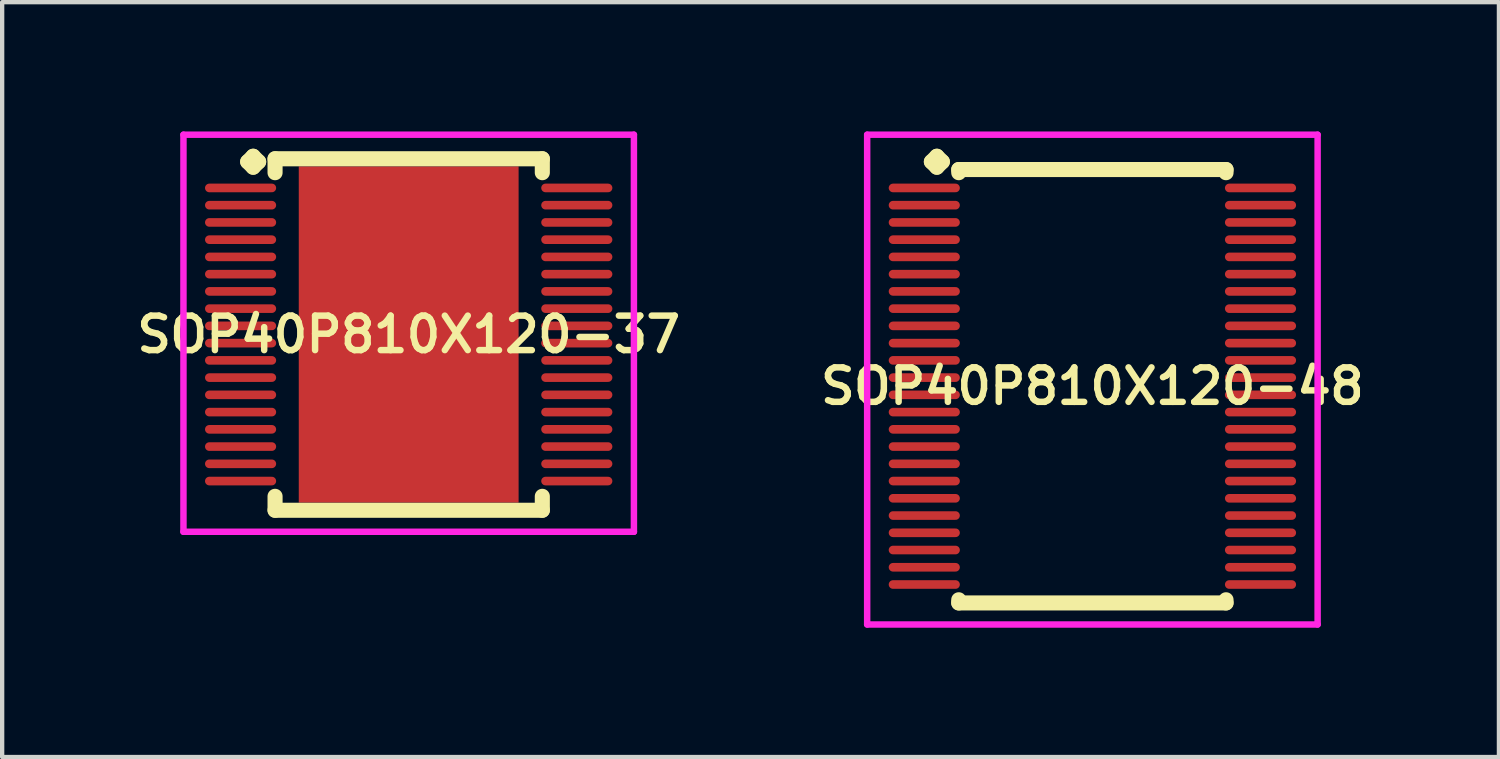
<source format=kicad_pcb>
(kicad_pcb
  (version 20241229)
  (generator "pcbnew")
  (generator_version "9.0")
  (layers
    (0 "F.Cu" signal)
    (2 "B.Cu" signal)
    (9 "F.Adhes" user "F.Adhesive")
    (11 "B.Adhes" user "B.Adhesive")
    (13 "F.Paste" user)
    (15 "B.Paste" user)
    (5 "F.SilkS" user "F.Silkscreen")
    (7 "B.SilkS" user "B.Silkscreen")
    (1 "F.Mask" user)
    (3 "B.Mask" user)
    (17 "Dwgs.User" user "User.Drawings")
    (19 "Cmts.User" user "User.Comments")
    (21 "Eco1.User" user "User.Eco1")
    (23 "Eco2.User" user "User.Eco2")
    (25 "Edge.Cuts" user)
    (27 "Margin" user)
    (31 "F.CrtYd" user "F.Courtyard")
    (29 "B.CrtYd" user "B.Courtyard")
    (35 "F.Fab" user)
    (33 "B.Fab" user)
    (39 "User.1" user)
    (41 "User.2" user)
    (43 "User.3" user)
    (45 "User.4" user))
  (footprint "SOP40P810X120-37"
    (layer "F.Cu")
    (at 6.431 4.71)
    (property "Reference" "SOP40P810X120-37" (at 0 0 0) (layer "F.SilkS") (effects (font (size 0.8 0.8) (thickness 0.15))))
    (attr smd)
    (fp_line (start -3.735 -4.008) (end -3.608 -4.135) (stroke (width 0.35) (type solid)) (layer "F.SilkS"))
    (fp_line (start -3.608 -4.135) (end -3.481 -4.008) (stroke (width 0.35) (type solid)) (layer "F.SilkS"))
    (fp_line (start -3.608 -3.881) (end -3.735 -4.008) (stroke (width 0.35) (type solid)) (layer "F.SilkS"))
    (fp_line (start -3.481 -4.008) (end -3.608 -3.881) (stroke (width 0.35) (type solid)) (layer "F.SilkS"))
    (fp_line (start -3.1 -4.077) (end 3.1 -4.077) (stroke (width 0.35) (type solid)) (layer "F.SilkS"))
    (fp_line (start -3.1 -3.754) (end -3.1 -4.077) (stroke (width 0.35) (type solid)) (layer "F.SilkS"))
    (fp_line (start -3.1 3.754) (end -3.1 4.077) (stroke (width 0.35) (type solid)) (layer "F.SilkS"))
    (fp_line (start -3.1 4.077) (end 3.1 4.077) (stroke (width 0.35) (type solid)) (layer "F.SilkS"))
    (fp_line (start 3.1 -4.077) (end 3.1 -3.754) (stroke (width 0.35) (type solid)) (layer "F.SilkS"))
    (fp_line (start 3.1 4.077) (end 3.1 3.754) (stroke (width 0.35) (type solid)) (layer "F.SilkS"))
    (fp_line (start -5.225 -4.635) (end 5.225 -4.635) (stroke (width 0.15) (type solid)) (layer "F.CrtYd"))
    (fp_line (start -5.225 4.577) (end -5.225 -4.635) (stroke (width 0.15) (type solid)) (layer "F.CrtYd"))
    (fp_line (start 5.225 -4.635) (end 5.225 4.577) (stroke (width 0.15) (type solid)) (layer "F.CrtYd"))
    (fp_line (start 5.225 4.577) (end -5.225 4.577) (stroke (width 0.15) (type solid)) (layer "F.CrtYd"))
    (pad "1" smd oval (at -3.9 -3.4) (size 1.65 0.2) (layers "F.Cu" "F.Mask" "F.Paste"))
    (pad "2" smd oval (at -3.9 -3) (size 1.65 0.2) (layers "F.Cu" "F.Mask" "F.Paste"))
    (pad "3" smd oval (at -3.9 -2.6) (size 1.65 0.2) (layers "F.Cu" "F.Mask" "F.Paste"))
    (pad "4" smd oval (at -3.9 -2.2) (size 1.65 0.2) (layers "F.Cu" "F.Mask" "F.Paste"))
    (pad "5" smd oval (at -3.9 -1.8) (size 1.65 0.2) (layers "F.Cu" "F.Mask" "F.Paste"))
    (pad "6" smd oval (at -3.9 -1.4) (size 1.65 0.2) (layers "F.Cu" "F.Mask" "F.Paste"))
    (pad "7" smd oval (at -3.9 -1) (size 1.65 0.2) (layers "F.Cu" "F.Mask" "F.Paste"))
    (pad "8" smd oval (at -3.9 -0.6) (size 1.65 0.2) (layers "F.Cu" "F.Mask" "F.Paste"))
    (pad "9" smd oval (at -3.9 -0.2) (size 1.65 0.2) (layers "F.Cu" "F.Mask" "F.Paste"))
    (pad "10" smd oval (at -3.9 0.2) (size 1.65 0.2) (layers "F.Cu" "F.Mask" "F.Paste"))
    (pad "11" smd oval (at -3.9 0.6) (size 1.65 0.2) (layers "F.Cu" "F.Mask" "F.Paste"))
    (pad "12" smd oval (at -3.9 1) (size 1.65 0.2) (layers "F.Cu" "F.Mask" "F.Paste"))
    (pad "13" smd oval (at -3.9 1.4) (size 1.65 0.2) (layers "F.Cu" "F.Mask" "F.Paste"))
    (pad "14" smd oval (at -3.9 1.8) (size 1.65 0.2) (layers "F.Cu" "F.Mask" "F.Paste"))
    (pad "15" smd oval (at -3.9 2.2) (size 1.65 0.2) (layers "F.Cu" "F.Mask" "F.Paste"))
    (pad "16" smd oval (at -3.9 2.6) (size 1.65 0.2) (layers "F.Cu" "F.Mask" "F.Paste"))
    (pad "17" smd oval (at -3.9 3) (size 1.65 0.2) (layers "F.Cu" "F.Mask" "F.Paste"))
    (pad "18" smd oval (at -3.9 3.4) (size 1.65 0.2) (layers "F.Cu" "F.Mask" "F.Paste"))
    (pad "19" smd oval (at 3.9 3.4) (size 1.65 0.2) (layers "F.Cu" "F.Mask" "F.Paste"))
    (pad "20" smd oval (at 3.9 3) (size 1.65 0.2) (layers "F.Cu" "F.Mask" "F.Paste"))
    (pad "21" smd oval (at 3.9 2.6) (size 1.65 0.2) (layers "F.Cu" "F.Mask" "F.Paste"))
    (pad "22" smd oval (at 3.9 2.2) (size 1.65 0.2) (layers "F.Cu" "F.Mask" "F.Paste"))
    (pad "23" smd oval (at 3.9 1.8) (size 1.65 0.2) (layers "F.Cu" "F.Mask" "F.Paste"))
    (pad "24" smd oval (at 3.9 1.4) (size 1.65 0.2) (layers "F.Cu" "F.Mask" "F.Paste"))
    (pad "25" smd oval (at 3.9 1) (size 1.65 0.2) (layers "F.Cu" "F.Mask" "F.Paste"))
    (pad "26" smd oval (at 3.9 0.6) (size 1.65 0.2) (layers "F.Cu" "F.Mask" "F.Paste"))
    (pad "27" smd oval (at 3.9 0.2) (size 1.65 0.2) (layers "F.Cu" "F.Mask" "F.Paste"))
    (pad "28" smd oval (at 3.9 -0.2) (size 1.65 0.2) (layers "F.Cu" "F.Mask" "F.Paste"))
    (pad "29" smd oval (at 3.9 -0.6) (size 1.65 0.2) (layers "F.Cu" "F.Mask" "F.Paste"))
    (pad "30" smd oval (at 3.9 -1) (size 1.65 0.2) (layers "F.Cu" "F.Mask" "F.Paste"))
    (pad "31" smd oval (at 3.9 -1.4) (size 1.65 0.2) (layers "F.Cu" "F.Mask" "F.Paste"))
    (pad "32" smd oval (at 3.9 -1.8) (size 1.65 0.2) (layers "F.Cu" "F.Mask" "F.Paste"))
    (pad "33" smd oval (at 3.9 -2.2) (size 1.65 0.2) (layers "F.Cu" "F.Mask" "F.Paste"))
    (pad "34" smd oval (at 3.9 -2.6) (size 1.65 0.2) (layers "F.Cu" "F.Mask" "F.Paste"))
    (pad "35" smd oval (at 3.9 -3) (size 1.65 0.2) (layers "F.Cu" "F.Mask" "F.Paste"))
    (pad "36" smd oval (at 3.9 -3.4) (size 1.65 0.2) (layers "F.Cu" "F.Mask" "F.Paste"))
    (pad "37" smd rect (at 0 0) (size 5.1 7.8) (layers "F.Cu" "F.Mask" "F.Paste")))
  (footprint "SOP40P810X120-48"
    (layer "F.Cu")
    (at 22.292 5.91)
    (property "Reference" "SOP40P810X120-48" (at 0 0 0) (layer "F.SilkS") (effects (font (size 0.8 0.8) (thickness 0.15))))
    (attr smd)
    (fp_line (start -3.735 -5.208) (end -3.608 -5.335) (stroke (width 0.35) (type solid)) (layer "F.SilkS"))
    (fp_line (start -3.608 -5.335) (end -3.481 -5.208) (stroke (width 0.35) (type solid)) (layer "F.SilkS"))
    (fp_line (start -3.608 -5.081) (end -3.735 -5.208) (stroke (width 0.35) (type solid)) (layer "F.SilkS"))
    (fp_line (start -3.481 -5.208) (end -3.608 -5.081) (stroke (width 0.35) (type solid)) (layer "F.SilkS"))
    (fp_line (start -3.1 -5.027) (end 3.1 -5.027) (stroke (width 0.35) (type solid)) (layer "F.SilkS"))
    (fp_line (start -3.1 -4.954) (end -3.1 -5.027) (stroke (width 0.35) (type solid)) (layer "F.SilkS"))
    (fp_line (start -3.1 4.954) (end -3.1 5.027) (stroke (width 0.35) (type solid)) (layer "F.SilkS"))
    (fp_line (start -3.1 5.027) (end 3.1 5.027) (stroke (width 0.35) (type solid)) (layer "F.SilkS"))
    (fp_line (start 3.1 -5.027) (end 3.1 -4.954) (stroke (width 0.35) (type solid)) (layer "F.SilkS"))
    (fp_line (start 3.1 5.027) (end 3.1 4.954) (stroke (width 0.35) (type solid)) (layer "F.SilkS"))
    (fp_line (start -5.225 -5.835) (end 5.225 -5.835) (stroke (width 0.15) (type solid)) (layer "F.CrtYd"))
    (fp_line (start -5.225 5.527) (end -5.225 -5.835) (stroke (width 0.15) (type solid)) (layer "F.CrtYd"))
    (fp_line (start 5.225 -5.835) (end 5.225 5.527) (stroke (width 0.15) (type solid)) (layer "F.CrtYd"))
    (fp_line (start 5.225 5.527) (end -5.225 5.527) (stroke (width 0.15) (type solid)) (layer "F.CrtYd"))
    (pad "1" smd oval (at -3.9 -4.6) (size 1.65 0.2) (layers "F.Cu" "F.Mask" "F.Paste"))
    (pad "2" smd oval (at -3.9 -4.2) (size 1.65 0.2) (layers "F.Cu" "F.Mask" "F.Paste"))
    (pad "3" smd oval (at -3.9 -3.8) (size 1.65 0.2) (layers "F.Cu" "F.Mask" "F.Paste"))
    (pad "4" smd oval (at -3.9 -3.4) (size 1.65 0.2) (layers "F.Cu" "F.Mask" "F.Paste"))
    (pad "5" smd oval (at -3.9 -3) (size 1.65 0.2) (layers "F.Cu" "F.Mask" "F.Paste"))
    (pad "6" smd oval (at -3.9 -2.6) (size 1.65 0.2) (layers "F.Cu" "F.Mask" "F.Paste"))
    (pad "7" smd oval (at -3.9 -2.2) (size 1.65 0.2) (layers "F.Cu" "F.Mask" "F.Paste"))
    (pad "8" smd oval (at -3.9 -1.8) (size 1.65 0.2) (layers "F.Cu" "F.Mask" "F.Paste"))
    (pad "9" smd oval (at -3.9 -1.4) (size 1.65 0.2) (layers "F.Cu" "F.Mask" "F.Paste"))
    (pad "10" smd oval (at -3.9 -1) (size 1.65 0.2) (layers "F.Cu" "F.Mask" "F.Paste"))
    (pad "11" smd oval (at -3.9 -0.6) (size 1.65 0.2) (layers "F.Cu" "F.Mask" "F.Paste"))
    (pad "12" smd oval (at -3.9 -0.2) (size 1.65 0.2) (layers "F.Cu" "F.Mask" "F.Paste"))
    (pad "13" smd oval (at -3.9 0.2) (size 1.65 0.2) (layers "F.Cu" "F.Mask" "F.Paste"))
    (pad "14" smd oval (at -3.9 0.6) (size 1.65 0.2) (layers "F.Cu" "F.Mask" "F.Paste"))
    (pad "15" smd oval (at -3.9 1) (size 1.65 0.2) (layers "F.Cu" "F.Mask" "F.Paste"))
    (pad "16" smd oval (at -3.9 1.4) (size 1.65 0.2) (layers "F.Cu" "F.Mask" "F.Paste"))
    (pad "17" smd oval (at -3.9 1.8) (size 1.65 0.2) (layers "F.Cu" "F.Mask" "F.Paste"))
    (pad "18" smd oval (at -3.9 2.2) (size 1.65 0.2) (layers "F.Cu" "F.Mask" "F.Paste"))
    (pad "19" smd oval (at -3.9 2.6) (size 1.65 0.2) (layers "F.Cu" "F.Mask" "F.Paste"))
    (pad "20" smd oval (at -3.9 3) (size 1.65 0.2) (layers "F.Cu" "F.Mask" "F.Paste"))
    (pad "21" smd oval (at -3.9 3.4) (size 1.65 0.2) (layers "F.Cu" "F.Mask" "F.Paste"))
    (pad "22" smd oval (at -3.9 3.8) (size 1.65 0.2) (layers "F.Cu" "F.Mask" "F.Paste"))
    (pad "23" smd oval (at -3.9 4.2) (size 1.65 0.2) (layers "F.Cu" "F.Mask" "F.Paste"))
    (pad "24" smd oval (at -3.9 4.6) (size 1.65 0.2) (layers "F.Cu" "F.Mask" "F.Paste"))
    (pad "25" smd oval (at 3.9 4.6) (size 1.65 0.2) (layers "F.Cu" "F.Mask" "F.Paste"))
    (pad "26" smd oval (at 3.9 4.2) (size 1.65 0.2) (layers "F.Cu" "F.Mask" "F.Paste"))
    (pad "27" smd oval (at 3.9 3.8) (size 1.65 0.2) (layers "F.Cu" "F.Mask" "F.Paste"))
    (pad "28" smd oval (at 3.9 3.4) (size 1.65 0.2) (layers "F.Cu" "F.Mask" "F.Paste"))
    (pad "29" smd oval (at 3.9 3) (size 1.65 0.2) (layers "F.Cu" "F.Mask" "F.Paste"))
    (pad "30" smd oval (at 3.9 2.6) (size 1.65 0.2) (layers "F.Cu" "F.Mask" "F.Paste"))
    (pad "31" smd oval (at 3.9 2.2) (size 1.65 0.2) (layers "F.Cu" "F.Mask" "F.Paste"))
    (pad "32" smd oval (at 3.9 1.8) (size 1.65 0.2) (layers "F.Cu" "F.Mask" "F.Paste"))
    (pad "33" smd oval (at 3.9 1.4) (size 1.65 0.2) (layers "F.Cu" "F.Mask" "F.Paste"))
    (pad "34" smd oval (at 3.9 1) (size 1.65 0.2) (layers "F.Cu" "F.Mask" "F.Paste"))
    (pad "35" smd oval (at 3.9 0.6) (size 1.65 0.2) (layers "F.Cu" "F.Mask" "F.Paste"))
    (pad "36" smd oval (at 3.9 0.2) (size 1.65 0.2) (layers "F.Cu" "F.Mask" "F.Paste"))
    (pad "37" smd oval (at 3.9 -0.2) (size 1.65 0.2) (layers "F.Cu" "F.Mask" "F.Paste"))
    (pad "38" smd oval (at 3.9 -0.6) (size 1.65 0.2) (layers "F.Cu" "F.Mask" "F.Paste"))
    (pad "39" smd oval (at 3.9 -1) (size 1.65 0.2) (layers "F.Cu" "F.Mask" "F.Paste"))
    (pad "40" smd oval (at 3.9 -1.4) (size 1.65 0.2) (layers "F.Cu" "F.Mask" "F.Paste"))
    (pad "41" smd oval (at 3.9 -1.8) (size 1.65 0.2) (layers "F.Cu" "F.Mask" "F.Paste"))
    (pad "42" smd oval (at 3.9 -2.2) (size 1.65 0.2) (layers "F.Cu" "F.Mask" "F.Paste"))
    (pad "43" smd oval (at 3.9 -2.6) (size 1.65 0.2) (layers "F.Cu" "F.Mask" "F.Paste"))
    (pad "44" smd oval (at 3.9 -3) (size 1.65 0.2) (layers "F.Cu" "F.Mask" "F.Paste"))
    (pad "45" smd oval (at 3.9 -3.4) (size 1.65 0.2) (layers "F.Cu" "F.Mask" "F.Paste"))
    (pad "46" smd oval (at 3.9 -3.8) (size 1.65 0.2) (layers "F.Cu" "F.Mask" "F.Paste"))
    (pad "47" smd oval (at 3.9 -4.2) (size 1.65 0.2) (layers "F.Cu" "F.Mask" "F.Paste"))
    (pad "48" smd oval (at 3.9 -4.6) (size 1.65 0.2) (layers "F.Cu" "F.Mask" "F.Paste")))
  (gr_rect
    (start -3 -3)
    (end 31.723 14.512)
    (stroke (width 0.1) (type default))
    (fill no)
    (layer "Edge.Cuts")))
</source>
